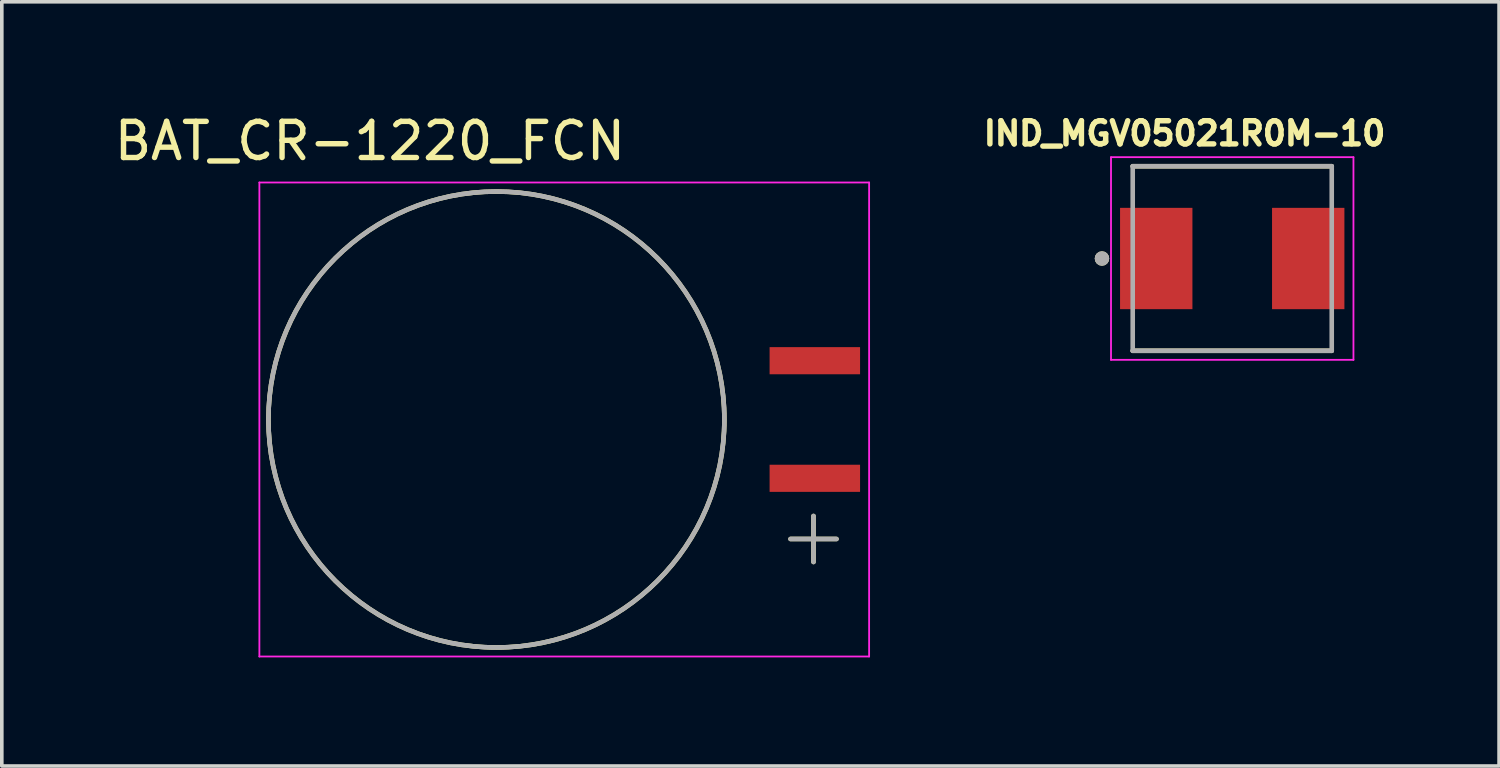
<source format=kicad_pcb>
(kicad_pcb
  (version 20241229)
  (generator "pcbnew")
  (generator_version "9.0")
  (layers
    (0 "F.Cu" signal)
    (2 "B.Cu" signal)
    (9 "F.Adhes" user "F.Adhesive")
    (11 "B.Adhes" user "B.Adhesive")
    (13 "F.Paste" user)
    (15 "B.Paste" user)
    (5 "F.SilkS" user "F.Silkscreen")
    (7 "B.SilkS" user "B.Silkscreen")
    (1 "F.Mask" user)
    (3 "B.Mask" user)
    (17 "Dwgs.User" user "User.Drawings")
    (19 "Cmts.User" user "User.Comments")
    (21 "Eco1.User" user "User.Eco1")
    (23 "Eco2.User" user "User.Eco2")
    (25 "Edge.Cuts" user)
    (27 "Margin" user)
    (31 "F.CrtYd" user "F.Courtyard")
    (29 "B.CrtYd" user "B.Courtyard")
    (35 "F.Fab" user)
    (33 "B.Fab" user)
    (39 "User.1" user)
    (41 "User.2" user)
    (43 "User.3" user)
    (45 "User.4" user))
  (footprint "IND_MGV05021R0M-10"
    (layer "F.Cu")
    (at 31.003 4.094)
    (property "Reference" "IND_MGV05021R0M-10" (at -1.318 -3.456 0) (layer "F.SilkS") (effects (font (size 0.64 0.64) (thickness 0.15))))
    (attr smd)
    (fp_line (start -2.75 -2.55) (end 2.75 -2.55) (stroke (width 0.127) (type solid)) (layer "F.SilkS"))
    (fp_line (start -2.75 2.55) (end 2.75 2.55) (stroke (width 0.127) (type solid)) (layer "F.SilkS"))
    (fp_circle (center -3.6 0) (end -3.5 0) (stroke (width 0.2) (type solid)) (fill no) (layer "F.SilkS"))
    (fp_line (start -3.35 -2.8) (end -3.35 2.8) (stroke (width 0.05) (type solid)) (layer "F.CrtYd"))
    (fp_line (start -3.35 2.8) (end 3.35 2.8) (stroke (width 0.05) (type solid)) (layer "F.CrtYd"))
    (fp_line (start 3.35 -2.8) (end -3.35 -2.8) (stroke (width 0.05) (type solid)) (layer "F.CrtYd"))
    (fp_line (start 3.35 2.8) (end 3.35 -2.8) (stroke (width 0.05) (type solid)) (layer "F.CrtYd"))
    (fp_line (start -2.75 -2.55) (end -2.75 2.55) (stroke (width 0.127) (type solid)) (layer "F.Fab"))
    (fp_line (start -2.75 -2.55) (end 2.75 -2.55) (stroke (width 0.127) (type solid)) (layer "F.Fab"))
    (fp_line (start -2.75 2.55) (end 2.75 2.55) (stroke (width 0.127) (type solid)) (layer "F.Fab"))
    (fp_line (start 2.75 -2.55) (end 2.75 2.55) (stroke (width 0.127) (type solid)) (layer "F.Fab"))
    (fp_circle (center -3.6 0) (end -3.5 0) (stroke (width 0.2) (type solid)) (fill no) (layer "F.Fab"))
    (pad "1" smd rect (at -2.1 0) (size 2 2.8) (layers "F.Cu" "F.Mask" "F.Paste"))
    (pad "2" smd rect (at 2.1 0) (size 2 2.8) (layers "F.Cu" "F.Mask" "F.Paste")))
  (footprint "BAT_CR-1220_FCN"
    (layer "F.Cu")
    (at 10.668 8.543)
    (property "Reference" "BAT_CR-1220_FCN" (at -3.495 -7.695 0) (layer "F.SilkS") (effects (font (size 1 1) (thickness 0.15))))
    (attr smd)
    (fp_line (start 8.128 3.302) (end 9.398 3.302) (stroke (width 0.127) (type solid)) (layer "F.SilkS"))
    (fp_line (start 8.763 2.667) (end 8.763 3.937) (stroke (width 0.127) (type solid)) (layer "F.SilkS"))
    (fp_circle (center 0 0) (end 6.3 0) (stroke (width 0.127) (type solid)) (fill no) (layer "F.SilkS"))
    (fp_line (start -6.55 -6.55) (end -6.55 6.55) (stroke (width 0.05) (type solid)) (layer "F.CrtYd"))
    (fp_line (start -6.55 6.55) (end 10.3 6.55) (stroke (width 0.05) (type solid)) (layer "F.CrtYd"))
    (fp_line (start 10.3 -6.55) (end -6.55 -6.55) (stroke (width 0.05) (type solid)) (layer "F.CrtYd"))
    (fp_line (start 10.3 6.55) (end 10.3 -6.55) (stroke (width 0.05) (type solid)) (layer "F.CrtYd"))
    (fp_line (start 8.128 3.302) (end 9.398 3.302) (stroke (width 0.127) (type solid)) (layer "F.Fab"))
    (fp_line (start 8.763 2.667) (end 8.763 3.937) (stroke (width 0.127) (type solid)) (layer "F.Fab"))
    (fp_circle (center 0 0) (end 6.3 0) (stroke (width 0.127) (type solid)) (fill no) (layer "F.Fab"))
    (pad "+" smd rect (at 8.8 1.625) (size 2.5 0.75) (layers "F.Cu" "F.Mask" "F.Paste"))
    (pad "-" smd rect (at 8.8 -1.625) (size 2.5 0.75) (layers "F.Cu" "F.Mask" "F.Paste")))
  (gr_rect
    (start -3 -3)
    (end 38.377 18.118)
    (stroke (width 0.1) (type default))
    (fill no)
    (layer "Edge.Cuts")))
</source>
